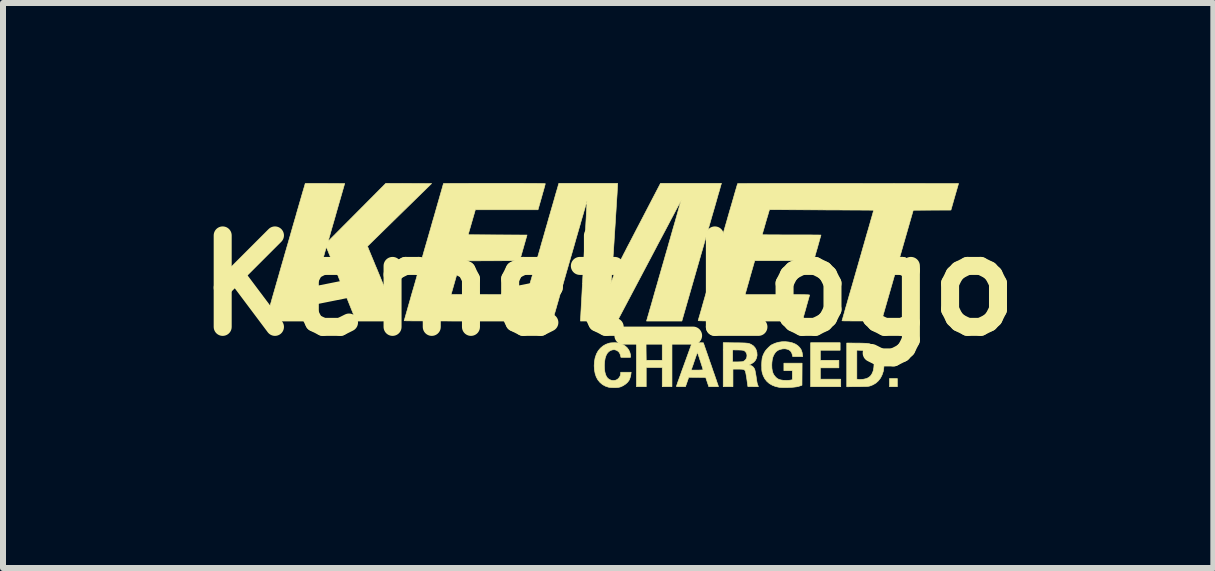
<source format=kicad_pcb>
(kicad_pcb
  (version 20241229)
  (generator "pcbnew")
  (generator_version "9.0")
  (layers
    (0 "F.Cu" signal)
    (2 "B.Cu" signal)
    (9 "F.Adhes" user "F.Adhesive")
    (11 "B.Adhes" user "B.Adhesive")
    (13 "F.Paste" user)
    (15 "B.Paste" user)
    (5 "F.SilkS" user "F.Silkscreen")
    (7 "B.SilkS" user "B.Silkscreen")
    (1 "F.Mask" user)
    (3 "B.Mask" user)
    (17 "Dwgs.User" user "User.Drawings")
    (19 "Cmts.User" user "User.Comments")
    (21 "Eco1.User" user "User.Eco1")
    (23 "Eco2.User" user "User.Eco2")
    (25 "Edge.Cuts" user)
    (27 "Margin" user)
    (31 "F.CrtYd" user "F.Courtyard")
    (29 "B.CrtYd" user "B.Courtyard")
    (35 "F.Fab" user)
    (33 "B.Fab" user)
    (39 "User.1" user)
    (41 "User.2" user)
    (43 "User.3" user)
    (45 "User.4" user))
  (footprint "Kemet_Logo"
    (layer "F.Cu")
    (at 7.083 1.707)
    (property "Reference" "Kemet_Logo" (at 0 0 0) (layer "F.SilkS") (effects (font (size 1.524 1.524) (thickness 0.3))))
    (attr through_hole)
    (fp_poly (pts (xy 4.818 1.686) (xy 4.687 1.686) (xy 4.687 1.55) (xy 4.818 1.55) (xy 4.818 1.686)) (stroke (width 0.01) (type solid)) (fill yes) (layer "F.SilkS"))
    (fp_poly (pts (xy 3.865 1.079) (xy 3.535 1.079) (xy 3.535 1.246) (xy 3.844 1.246) (xy 3.844 1.372) (xy 3.535 1.372) (xy 3.535 1.561) (xy 3.875 1.561) (xy 3.875 1.686) (xy 3.373 1.686) (xy 3.373 0.953) (xy 3.865 0.953) (xy 3.865 1.079)) (stroke (width 0.01) (type solid)) (fill yes) (layer "F.SilkS"))
    (fp_poly (pts (xy 0.631 0.956) (xy 0.632 1.101) (xy 0.634 1.246) (xy 0.901 1.246) (xy 0.901 0.953) (xy 1.063 0.953) (xy 1.063 1.686) (xy 0.901 1.686) (xy 0.901 1.367) (xy 0.634 1.367) (xy 0.634 1.686) (xy 0.471 1.686) (xy 0.471 0.953) (xy 0.631 0.956)) (stroke (width 0.01) (type solid)) (fill yes) (layer "F.SilkS"))
    (fp_poly (pts (xy 4.146 0.96) (xy 4.194 0.96) (xy 4.233 0.961) (xy 4.264 0.962) (xy 4.289 0.963) (xy 4.308 0.964) (xy 4.324 0.966) (xy 4.337 0.968) (xy 4.349 0.97) (xy 4.36 0.973) (xy 4.416 0.993) (xy 4.464 1.02) (xy 4.505 1.054) (xy 4.539 1.095) (xy 4.565 1.144) (xy 4.583 1.198) (xy 4.59 1.233) (xy 4.594 1.276) (xy 4.595 1.321) (xy 4.593 1.366) (xy 4.588 1.408) (xy 4.584 1.43) (xy 4.564 1.489) (xy 4.538 1.541) (xy 4.504 1.586) (xy 4.464 1.623) (xy 4.417 1.652) (xy 4.376 1.669) (xy 4.364 1.673) (xy 4.354 1.676) (xy 4.343 1.678) (xy 4.331 1.68) (xy 4.316 1.682) (xy 4.298 1.683) (xy 4.274 1.683) (xy 4.243 1.684) (xy 4.204 1.685) (xy 4.157 1.685) (xy 4.154 1.685) (xy 3.975 1.687) (xy 3.975 1.56) (xy 4.143 1.56) (xy 4.154 1.562) (xy 4.177 1.565) (xy 4.207 1.565) (xy 4.24 1.563) (xy 4.256 1.561) (xy 4.301 1.551) (xy 4.338 1.534) (xy 4.368 1.51) (xy 4.392 1.478) (xy 4.41 1.438) (xy 4.418 1.414) (xy 4.427 1.362) (xy 4.43 1.311) (xy 4.427 1.262) (xy 4.417 1.217) (xy 4.401 1.177) (xy 4.38 1.143) (xy 4.371 1.133) (xy 4.35 1.115) (xy 4.329 1.102) (xy 4.305 1.092) (xy 4.277 1.086) (xy 4.241 1.082) (xy 4.212 1.08) (xy 4.143 1.077) (xy 4.143 1.56) (xy 3.975 1.56) (xy 3.975 0.958) (xy 4.146 0.96)) (stroke (width 0.01) (type solid)) (fill yes) (layer "F.SilkS"))
    (fp_poly (pts (xy 3.013 0.942) (xy 3.068 0.955) (xy 3.116 0.974) (xy 3.157 1) (xy 3.19 1.032) (xy 3.215 1.069) (xy 3.231 1.113) (xy 3.238 1.156) (xy 3.241 1.184) (xy 3.075 1.184) (xy 3.069 1.157) (xy 3.058 1.122) (xy 3.04 1.094) (xy 3.015 1.074) (xy 2.983 1.061) (xy 2.947 1.054) (xy 2.91 1.055) (xy 2.872 1.063) (xy 2.837 1.076) (xy 2.807 1.095) (xy 2.785 1.117) (xy 2.762 1.153) (xy 2.745 1.191) (xy 2.734 1.235) (xy 2.728 1.285) (xy 2.726 1.325) (xy 2.728 1.378) (xy 2.735 1.424) (xy 2.747 1.462) (xy 2.765 1.495) (xy 2.789 1.524) (xy 2.792 1.528) (xy 2.817 1.549) (xy 2.844 1.564) (xy 2.876 1.573) (xy 2.914 1.579) (xy 2.937 1.58) (xy 2.973 1.581) (xy 3.007 1.58) (xy 3.033 1.577) (xy 3.069 1.57) (xy 3.069 1.419) (xy 2.928 1.419) (xy 2.928 1.294) (xy 3.231 1.294) (xy 3.23 1.478) (xy 3.229 1.662) (xy 3.208 1.669) (xy 3.175 1.68) (xy 3.139 1.688) (xy 3.099 1.693) (xy 3.054 1.697) (xy 3 1.699) (xy 2.988 1.7) (xy 2.953 1.7) (xy 2.921 1.7) (xy 2.892 1.699) (xy 2.868 1.698) (xy 2.854 1.697) (xy 2.853 1.697) (xy 2.789 1.683) (xy 2.733 1.661) (xy 2.685 1.633) (xy 2.644 1.597) (xy 2.61 1.554) (xy 2.584 1.504) (xy 2.568 1.456) (xy 2.564 1.439) (xy 2.561 1.42) (xy 2.559 1.397) (xy 2.559 1.367) (xy 2.558 1.33) (xy 2.559 1.284) (xy 2.562 1.245) (xy 2.566 1.212) (xy 2.574 1.182) (xy 2.585 1.153) (xy 2.6 1.122) (xy 2.602 1.118) (xy 2.619 1.09) (xy 2.643 1.061) (xy 2.671 1.032) (xy 2.699 1.006) (xy 2.726 0.987) (xy 2.729 0.986) (xy 2.779 0.963) (xy 2.835 0.946) (xy 2.894 0.937) (xy 2.954 0.936) (xy 3.013 0.942)) (stroke (width 0.01) (type solid)) (fill yes) (layer "F.SilkS"))
    (fp_poly (pts (xy 0.148 0.955) (xy 0.178 0.959) (xy 0.186 0.961) (xy 0.236 0.979) (xy 0.279 1.004) (xy 0.315 1.035) (xy 0.343 1.073) (xy 0.362 1.116) (xy 0.372 1.154) (xy 0.374 1.174) (xy 0.375 1.188) (xy 0.373 1.195) (xy 0.366 1.197) (xy 0.351 1.198) (xy 0.33 1.198) (xy 0.303 1.198) (xy 0.291 1.198) (xy 0.213 1.197) (xy 0.207 1.17) (xy 0.197 1.139) (xy 0.184 1.115) (xy 0.165 1.096) (xy 0.138 1.079) (xy 0.107 1.07) (xy 0.079 1.071) (xy 0.042 1.081) (xy 0.011 1.101) (xy -0.015 1.129) (xy -0.035 1.166) (xy -0.05 1.211) (xy -0.059 1.265) (xy -0.063 1.327) (xy -0.063 1.337) (xy -0.061 1.393) (xy -0.055 1.439) (xy -0.045 1.479) (xy -0.031 1.512) (xy -0.013 1.539) (xy -0.01 1.542) (xy 0.015 1.563) (xy 0.046 1.577) (xy 0.08 1.583) (xy 0.114 1.58) (xy 0.135 1.574) (xy 0.161 1.558) (xy 0.183 1.535) (xy 0.2 1.507) (xy 0.208 1.476) (xy 0.209 1.462) (xy 0.209 1.445) (xy 0.383 1.445) (xy 0.379 1.476) (xy 0.374 1.506) (xy 0.365 1.538) (xy 0.354 1.567) (xy 0.346 1.583) (xy 0.321 1.615) (xy 0.288 1.644) (xy 0.25 1.669) (xy 0.209 1.688) (xy 0.179 1.696) (xy 0.156 1.699) (xy 0.126 1.701) (xy 0.093 1.701) (xy 0.059 1.7) (xy 0.029 1.698) (xy 0.006 1.694) (xy 0.004 1.694) (xy -0.048 1.676) (xy -0.095 1.65) (xy -0.136 1.615) (xy -0.171 1.573) (xy -0.198 1.524) (xy -0.217 1.468) (xy -0.217 1.467) (xy -0.229 1.404) (xy -0.233 1.338) (xy -0.229 1.272) (xy -0.218 1.208) (xy -0.214 1.194) (xy -0.194 1.138) (xy -0.166 1.088) (xy -0.13 1.045) (xy -0.088 1.009) (xy -0.041 0.981) (xy 0.012 0.962) (xy 0.014 0.961) (xy 0.042 0.956) (xy 0.076 0.954) (xy 0.113 0.953) (xy 0.148 0.955)) (stroke (width 0.01) (type solid)) (fill yes) (layer "F.SilkS"))
    (fp_poly (pts (xy 1.569 0.954) (xy 1.582 0.955) (xy 1.587 0.955) (xy 1.589 0.96) (xy 1.593 0.975) (xy 1.601 0.997) (xy 1.611 1.027) (xy 1.624 1.064) (xy 1.639 1.107) (xy 1.656 1.156) (xy 1.674 1.208) (xy 1.693 1.264) (xy 1.713 1.32) (xy 1.733 1.379) (xy 1.752 1.435) (xy 1.771 1.487) (xy 1.787 1.535) (xy 1.802 1.577) (xy 1.814 1.614) (xy 1.825 1.644) (xy 1.832 1.666) (xy 1.837 1.68) (xy 1.838 1.684) (xy 1.833 1.685) (xy 1.82 1.686) (xy 1.799 1.686) (xy 1.773 1.686) (xy 1.757 1.686) (xy 1.677 1.686) (xy 1.651 1.609) (xy 1.625 1.532) (xy 1.483 1.53) (xy 1.342 1.529) (xy 1.33 1.565) (xy 1.322 1.587) (xy 1.313 1.614) (xy 1.304 1.64) (xy 1.303 1.643) (xy 1.287 1.686) (xy 1.212 1.686) (xy 1.181 1.686) (xy 1.159 1.685) (xy 1.145 1.684) (xy 1.138 1.682) (xy 1.137 1.68) (xy 1.139 1.674) (xy 1.144 1.659) (xy 1.152 1.636) (xy 1.162 1.605) (xy 1.176 1.568) (xy 1.191 1.525) (xy 1.209 1.476) (xy 1.227 1.424) (xy 1.233 1.409) (xy 1.383 1.409) (xy 1.482 1.409) (xy 1.513 1.409) (xy 1.54 1.408) (xy 1.562 1.407) (xy 1.576 1.406) (xy 1.582 1.405) (xy 1.582 1.405) (xy 1.58 1.398) (xy 1.576 1.384) (xy 1.569 1.362) (xy 1.561 1.336) (xy 1.551 1.306) (xy 1.541 1.274) (xy 1.53 1.241) (xy 1.52 1.209) (xy 1.51 1.179) (xy 1.501 1.154) (xy 1.494 1.134) (xy 1.489 1.12) (xy 1.487 1.116) (xy 1.484 1.12) (xy 1.479 1.133) (xy 1.473 1.151) (xy 1.468 1.164) (xy 1.461 1.185) (xy 1.451 1.213) (xy 1.44 1.246) (xy 1.428 1.28) (xy 1.418 1.311) (xy 1.383 1.409) (xy 1.233 1.409) (xy 1.248 1.367) (xy 1.267 1.315) (xy 1.397 0.956) (xy 1.492 0.954) (xy 1.522 0.954) (xy 1.548 0.954) (xy 1.569 0.954)) (stroke (width 0.01) (type solid)) (fill yes) (layer "F.SilkS"))
    (fp_poly (pts (xy 2.114 0.955) (xy 2.169 0.955) (xy 2.214 0.956) (xy 2.25 0.957) (xy 2.28 0.958) (xy 2.304 0.96) (xy 2.324 0.962) (xy 2.34 0.965) (xy 2.354 0.969) (xy 2.366 0.974) (xy 2.379 0.98) (xy 2.387 0.984) (xy 2.42 1.006) (xy 2.447 1.036) (xy 2.466 1.072) (xy 2.478 1.112) (xy 2.481 1.155) (xy 2.481 1.166) (xy 2.472 1.208) (xy 2.455 1.244) (xy 2.43 1.274) (xy 2.395 1.299) (xy 2.383 1.306) (xy 2.347 1.324) (xy 2.37 1.33) (xy 2.398 1.342) (xy 2.422 1.363) (xy 2.439 1.391) (xy 2.44 1.392) (xy 2.445 1.407) (xy 2.45 1.431) (xy 2.456 1.462) (xy 2.462 1.497) (xy 2.464 1.509) (xy 2.47 1.552) (xy 2.475 1.586) (xy 2.48 1.613) (xy 2.484 1.633) (xy 2.488 1.648) (xy 2.493 1.66) (xy 2.496 1.666) (xy 2.501 1.677) (xy 2.503 1.683) (xy 2.503 1.684) (xy 2.498 1.685) (xy 2.485 1.685) (xy 2.464 1.685) (xy 2.438 1.685) (xy 2.416 1.685) (xy 2.328 1.684) (xy 2.311 1.564) (xy 2.306 1.529) (xy 2.3 1.496) (xy 2.295 1.467) (xy 2.29 1.444) (xy 2.286 1.43) (xy 2.285 1.426) (xy 2.278 1.415) (xy 2.27 1.406) (xy 2.258 1.4) (xy 2.241 1.396) (xy 2.217 1.394) (xy 2.186 1.393) (xy 2.16 1.393) (xy 2.079 1.393) (xy 2.079 1.686) (xy 1.917 1.686) (xy 1.917 1.273) (xy 2.074 1.273) (xy 2.154 1.273) (xy 2.186 1.272) (xy 2.211 1.271) (xy 2.228 1.27) (xy 2.241 1.268) (xy 2.252 1.264) (xy 2.255 1.263) (xy 2.28 1.246) (xy 2.298 1.224) (xy 2.309 1.198) (xy 2.313 1.171) (xy 2.31 1.143) (xy 2.299 1.117) (xy 2.28 1.096) (xy 2.268 1.087) (xy 2.26 1.083) (xy 2.25 1.08) (xy 2.238 1.078) (xy 2.221 1.076) (xy 2.197 1.075) (xy 2.164 1.074) (xy 2.162 1.074) (xy 2.074 1.073) (xy 2.074 1.273) (xy 1.917 1.273) (xy 1.917 0.952) (xy 2.114 0.955)) (stroke (width 0.01) (type solid)) (fill yes) (layer "F.SilkS"))
    (fp_poly (pts (xy -3.324 -1.701) (xy -2.942 -1.699) (xy -3.476 -1.177) (xy -4.01 -0.654) (xy -3.998 -0.624) (xy -3.995 -0.615) (xy -3.988 -0.598) (xy -3.977 -0.572) (xy -3.963 -0.538) (xy -3.946 -0.497) (xy -3.926 -0.449) (xy -3.904 -0.396) (xy -3.88 -0.337) (xy -3.853 -0.274) (xy -3.825 -0.206) (xy -3.796 -0.136) (xy -3.766 -0.062) (xy -3.742 -0.006) (xy -3.711 0.069) (xy -3.682 0.141) (xy -3.653 0.21) (xy -3.626 0.274) (xy -3.601 0.335) (xy -3.579 0.39) (xy -3.558 0.44) (xy -3.54 0.484) (xy -3.525 0.52) (xy -3.513 0.55) (xy -3.505 0.571) (xy -3.5 0.584) (xy -3.498 0.587) (xy -3.503 0.588) (xy -3.518 0.589) (xy -3.542 0.589) (xy -3.574 0.59) (xy -3.613 0.591) (xy -3.659 0.591) (xy -3.71 0.591) (xy -3.767 0.592) (xy -3.827 0.592) (xy -3.849 0.592) (xy -4.199 0.592) (xy -4.447 -0.026) (xy -4.478 -0.103) (xy -4.507 -0.177) (xy -4.536 -0.247) (xy -4.562 -0.314) (xy -4.587 -0.376) (xy -4.611 -0.433) (xy -4.631 -0.484) (xy -4.65 -0.529) (xy -4.665 -0.567) (xy -4.678 -0.598) (xy -4.687 -0.621) (xy -4.694 -0.635) (xy -4.696 -0.641) (xy -4.696 -0.641) (xy -4.698 -0.632) (xy -4.704 -0.614) (xy -4.711 -0.588) (xy -4.721 -0.554) (xy -4.732 -0.513) (xy -4.746 -0.466) (xy -4.761 -0.414) (xy -4.777 -0.357) (xy -4.794 -0.296) (xy -4.813 -0.233) (xy -4.832 -0.167) (xy -4.851 -0.1) (xy -4.87 -0.032) (xy -4.89 0.036) (xy -4.909 0.103) (xy -4.927 0.168) (xy -4.945 0.231) (xy -4.962 0.291) (xy -4.978 0.346) (xy -4.993 0.397) (xy -5.006 0.442) (xy -5.017 0.481) (xy -5.026 0.513) (xy -5.033 0.536) (xy -5.037 0.551) (xy -5.039 0.556) (xy -5.049 0.592) (xy -5.376 0.592) (xy -5.444 0.592) (xy -5.503 0.592) (xy -5.552 0.591) (xy -5.593 0.591) (xy -5.626 0.591) (xy -5.652 0.59) (xy -5.672 0.589) (xy -5.687 0.589) (xy -5.696 0.588) (xy -5.701 0.586) (xy -5.703 0.585) (xy -5.703 0.585) (xy -5.702 0.579) (xy -5.698 0.564) (xy -5.691 0.54) (xy -5.682 0.508) (xy -5.67 0.467) (xy -5.657 0.42) (xy -5.641 0.365) (xy -5.624 0.305) (xy -5.605 0.238) (xy -5.585 0.167) (xy -5.563 0.091) (xy -5.54 0.011) (xy -5.516 -0.073) (xy -5.491 -0.159) (xy -5.466 -0.248) (xy -5.44 -0.339) (xy -5.413 -0.431) (xy -5.387 -0.523) (xy -5.36 -0.616) (xy -5.333 -0.709) (xy -5.307 -0.8) (xy -5.281 -0.891) (xy -5.256 -0.979) (xy -5.231 -1.065) (xy -5.207 -1.147) (xy -5.185 -1.226) (xy -5.163 -1.301) (xy -5.143 -1.371) (xy -5.124 -1.436) (xy -5.107 -1.495) (xy -5.092 -1.548) (xy -5.078 -1.594) (xy -5.067 -1.632) (xy -5.058 -1.662) (xy -5.052 -1.684) (xy -5.048 -1.697) (xy -5.047 -1.7) (xy -5.042 -1.7) (xy -5.027 -1.701) (xy -5.003 -1.701) (xy -4.971 -1.701) (xy -4.933 -1.701) (xy -4.888 -1.701) (xy -4.839 -1.701) (xy -4.785 -1.701) (xy -4.728 -1.701) (xy -4.717 -1.701) (xy -4.39 -1.699) (xy -4.518 -1.254) (xy -4.537 -1.187) (xy -4.555 -1.123) (xy -4.573 -1.061) (xy -4.59 -1.003) (xy -4.605 -0.95) (xy -4.619 -0.902) (xy -4.631 -0.86) (xy -4.64 -0.825) (xy -4.648 -0.799) (xy -4.653 -0.78) (xy -4.656 -0.772) (xy -4.666 -0.736) (xy -4.185 -1.219) (xy -3.705 -1.702) (xy -3.324 -1.701)) (stroke (width 0.01) (type solid)) (fill yes) (layer "F.SilkS"))
    (fp_poly (pts (xy 3.494 -1.701) (xy 3.624 -1.701) (xy 3.757 -1.701) (xy 3.893 -1.701) (xy 3.999 -1.701) (xy 5.838 -1.699) (xy 5.774 -1.478) (xy 5.711 -1.257) (xy 5.397 -1.256) (xy 5.083 -1.254) (xy 4.554 0.589) (xy 4.225 0.591) (xy 4.167 0.591) (xy 4.113 0.591) (xy 4.063 0.591) (xy 4.017 0.59) (xy 3.978 0.59) (xy 3.945 0.59) (xy 3.92 0.589) (xy 3.904 0.588) (xy 3.897 0.588) (xy 3.896 0.587) (xy 3.898 0.582) (xy 3.902 0.567) (xy 3.909 0.543) (xy 3.918 0.51) (xy 3.93 0.47) (xy 3.943 0.422) (xy 3.959 0.366) (xy 3.977 0.304) (xy 3.996 0.237) (xy 4.017 0.163) (xy 4.04 0.085) (xy 4.064 0.002) (xy 4.089 -0.085) (xy 4.115 -0.176) (xy 4.142 -0.27) (xy 4.161 -0.336) (xy 4.188 -0.431) (xy 4.215 -0.524) (xy 4.24 -0.613) (xy 4.265 -0.699) (xy 4.288 -0.78) (xy 4.31 -0.857) (xy 4.331 -0.928) (xy 4.35 -0.994) (xy 4.367 -1.054) (xy 4.382 -1.107) (xy 4.395 -1.152) (xy 4.406 -1.19) (xy 4.414 -1.22) (xy 4.42 -1.241) (xy 4.423 -1.253) (xy 4.424 -1.255) (xy 4.418 -1.255) (xy 4.403 -1.255) (xy 4.379 -1.255) (xy 4.345 -1.256) (xy 4.304 -1.256) (xy 4.254 -1.256) (xy 4.198 -1.257) (xy 4.134 -1.257) (xy 4.065 -1.257) (xy 3.99 -1.258) (xy 3.91 -1.258) (xy 3.825 -1.259) (xy 3.737 -1.259) (xy 3.645 -1.259) (xy 3.555 -1.26) (xy 2.688 -1.264) (xy 2.674 -1.22) (xy 2.668 -1.198) (xy 2.66 -1.17) (xy 2.65 -1.137) (xy 2.639 -1.101) (xy 2.628 -1.063) (xy 2.617 -1.024) (xy 2.606 -0.986) (xy 2.596 -0.95) (xy 2.586 -0.918) (xy 2.578 -0.889) (xy 2.572 -0.867) (xy 2.568 -0.853) (xy 2.566 -0.846) (xy 2.566 -0.846) (xy 2.571 -0.846) (xy 2.586 -0.845) (xy 2.61 -0.845) (xy 2.642 -0.845) (xy 2.682 -0.844) (xy 2.729 -0.844) (xy 2.781 -0.844) (xy 2.839 -0.844) (xy 2.902 -0.843) (xy 2.969 -0.843) (xy 3.039 -0.843) (xy 3.056 -0.843) (xy 3.126 -0.843) (xy 3.194 -0.843) (xy 3.258 -0.843) (xy 3.317 -0.843) (xy 3.371 -0.843) (xy 3.419 -0.842) (xy 3.461 -0.842) (xy 3.495 -0.842) (xy 3.521 -0.841) (xy 3.538 -0.841) (xy 3.545 -0.84) (xy 3.546 -0.84) (xy 3.544 -0.835) (xy 3.54 -0.821) (xy 3.534 -0.8) (xy 3.526 -0.772) (xy 3.517 -0.739) (xy 3.507 -0.703) (xy 3.496 -0.664) (xy 3.485 -0.624) (xy 3.473 -0.584) (xy 3.462 -0.546) (xy 3.452 -0.511) (xy 3.443 -0.479) (xy 3.436 -0.453) (xy 3.43 -0.433) (xy 3.427 -0.423) (xy 3.426 -0.421) (xy 3.424 -0.42) (xy 3.42 -0.419) (xy 3.414 -0.418) (xy 3.404 -0.417) (xy 3.391 -0.416) (xy 3.373 -0.416) (xy 3.35 -0.415) (xy 3.322 -0.415) (xy 3.287 -0.414) (xy 3.246 -0.414) (xy 3.197 -0.414) (xy 3.14 -0.414) (xy 3.074 -0.414) (xy 2.999 -0.414) (xy 2.933 -0.414) (xy 2.442 -0.414) (xy 2.364 -0.143) (xy 2.35 -0.091) (xy 2.336 -0.042) (xy 2.323 0.003) (xy 2.312 0.043) (xy 2.302 0.078) (xy 2.294 0.106) (xy 2.288 0.126) (xy 2.285 0.138) (xy 2.285 0.14) (xy 2.282 0.152) (xy 2.82 0.152) (xy 2.907 0.152) (xy 2.984 0.152) (xy 3.052 0.152) (xy 3.111 0.152) (xy 3.162 0.152) (xy 3.205 0.152) (xy 3.242 0.153) (xy 3.272 0.153) (xy 3.296 0.154) (xy 3.316 0.154) (xy 3.33 0.155) (xy 3.341 0.156) (xy 3.348 0.156) (xy 3.353 0.158) (xy 3.355 0.159) (xy 3.356 0.16) (xy 3.356 0.161) (xy 3.354 0.168) (xy 3.349 0.184) (xy 3.343 0.207) (xy 3.334 0.238) (xy 3.324 0.274) (xy 3.312 0.315) (xy 3.3 0.359) (xy 3.294 0.381) (xy 3.234 0.592) (xy 2.366 0.592) (xy 2.254 0.592) (xy 2.152 0.592) (xy 2.06 0.592) (xy 1.976 0.592) (xy 1.902 0.592) (xy 1.836 0.592) (xy 1.777 0.591) (xy 1.725 0.591) (xy 1.68 0.591) (xy 1.642 0.591) (xy 1.609 0.59) (xy 1.582 0.59) (xy 1.559 0.589) (xy 1.541 0.589) (xy 1.527 0.588) (xy 1.517 0.588) (xy 1.509 0.587) (xy 1.504 0.586) (xy 1.501 0.585) (xy 1.5 0.584) (xy 1.5 0.583) (xy 1.5 0.583) (xy 1.502 0.577) (xy 1.506 0.561) (xy 1.513 0.537) (xy 1.523 0.503) (xy 1.535 0.462) (xy 1.549 0.413) (xy 1.565 0.356) (xy 1.583 0.292) (xy 1.603 0.222) (xy 1.625 0.146) (xy 1.649 0.065) (xy 1.673 -0.022) (xy 1.7 -0.113) (xy 1.727 -0.209) (xy 1.755 -0.308) (xy 1.785 -0.41) (xy 1.815 -0.515) (xy 1.828 -0.56) (xy 1.858 -0.667) (xy 1.888 -0.77) (xy 1.917 -0.87) (xy 1.945 -0.967) (xy 1.972 -1.06) (xy 1.997 -1.148) (xy 2.021 -1.232) (xy 2.044 -1.31) (xy 2.065 -1.382) (xy 2.084 -1.448) (xy 2.101 -1.508) (xy 2.116 -1.56) (xy 2.129 -1.604) (xy 2.14 -1.641) (xy 2.148 -1.669) (xy 2.154 -1.688) (xy 2.157 -1.697) (xy 2.157 -1.698) (xy 2.163 -1.698) (xy 2.178 -1.699) (xy 2.203 -1.699) (xy 2.238 -1.699) (xy 2.282 -1.699) (xy 2.334 -1.7) (xy 2.394 -1.7) (xy 2.463 -1.7) (xy 2.538 -1.7) (xy 2.621 -1.7) (xy 2.711 -1.701) (xy 2.807 -1.701) (xy 2.908 -1.701) (xy 3.016 -1.701) (xy 3.129 -1.701) (xy 3.246 -1.701) (xy 3.368 -1.701) (xy 3.494 -1.701)) (stroke (width 0.01) (type solid)) (fill yes) (layer "F.SilkS"))
    (fp_poly (pts (xy 0.157 -1.68) (xy 0.157 -1.671) (xy 0.156 -1.652) (xy 0.154 -1.624) (xy 0.152 -1.588) (xy 0.15 -1.545) (xy 0.147 -1.495) (xy 0.143 -1.439) (xy 0.139 -1.378) (xy 0.135 -1.312) (xy 0.131 -1.243) (xy 0.126 -1.17) (xy 0.122 -1.096) (xy 0.117 -1.02) (xy 0.112 -0.944) (xy 0.107 -0.867) (xy 0.102 -0.792) (xy 0.098 -0.718) (xy 0.093 -0.646) (xy 0.089 -0.577) (xy 0.084 -0.513) (xy 0.08 -0.453) (xy 0.077 -0.398) (xy 0.074 -0.349) (xy 0.071 -0.307) (xy 0.068 -0.273) (xy 0.067 -0.247) (xy 0.065 -0.231) (xy 0.065 -0.23) (xy 0.062 -0.197) (xy 0.059 -0.164) (xy 0.056 -0.135) (xy 0.054 -0.112) (xy 0.052 -0.1) (xy 0.049 -0.075) (xy 0.048 -0.061) (xy 0.049 -0.055) (xy 0.053 -0.059) (xy 0.059 -0.072) (xy 0.067 -0.096) (xy 0.075 -0.118) (xy 0.083 -0.14) (xy 0.091 -0.16) (xy 0.098 -0.18) (xy 0.105 -0.199) (xy 0.112 -0.218) (xy 0.12 -0.238) (xy 0.129 -0.259) (xy 0.139 -0.281) (xy 0.15 -0.305) (xy 0.163 -0.332) (xy 0.178 -0.362) (xy 0.194 -0.396) (xy 0.213 -0.434) (xy 0.235 -0.476) (xy 0.259 -0.524) (xy 0.287 -0.577) (xy 0.317 -0.637) (xy 0.352 -0.703) (xy 0.39 -0.776) (xy 0.432 -0.857) (xy 0.478 -0.946) (xy 0.53 -1.045) (xy 0.533 -1.051) (xy 0.726 -1.422) (xy 1.215 -1.422) (xy 1.218 -1.419) (xy 1.22 -1.422) (xy 1.218 -1.424) (xy 1.215 -1.422) (xy 0.726 -1.422) (xy 0.872 -1.702) (xy 1.379 -1.702) (xy 1.887 -1.702) (xy 1.884 -1.69) (xy 1.882 -1.684) (xy 1.877 -1.669) (xy 1.87 -1.644) (xy 1.861 -1.61) (xy 1.849 -1.568) (xy 1.834 -1.519) (xy 1.818 -1.462) (xy 1.8 -1.398) (xy 1.78 -1.328) (xy 1.758 -1.252) (xy 1.734 -1.17) (xy 1.709 -1.083) (xy 1.683 -0.992) (xy 1.656 -0.896) (xy 1.627 -0.797) (xy 1.598 -0.694) (xy 1.568 -0.589) (xy 1.554 -0.543) (xy 1.228 0.592) (xy 0.934 0.592) (xy 0.64 0.592) (xy 0.644 0.575) (xy 0.646 0.568) (xy 0.651 0.552) (xy 0.658 0.526) (xy 0.668 0.493) (xy 0.68 0.451) (xy 0.694 0.401) (xy 0.711 0.344) (xy 0.729 0.281) (xy 0.749 0.211) (xy 0.77 0.136) (xy 0.793 0.056) (xy 0.818 -0.029) (xy 0.843 -0.118) (xy 0.87 -0.211) (xy 0.897 -0.306) (xy 0.926 -0.405) (xy 0.932 -0.427) (xy 0.96 -0.525) (xy 0.988 -0.621) (xy 1.014 -0.714) (xy 1.04 -0.804) (xy 1.064 -0.889) (xy 1.087 -0.969) (xy 1.109 -1.044) (xy 1.129 -1.114) (xy 1.147 -1.178) (xy 1.163 -1.235) (xy 1.177 -1.285) (xy 1.189 -1.327) (xy 1.199 -1.362) (xy 1.206 -1.388) (xy 1.211 -1.405) (xy 1.213 -1.412) (xy 1.213 -1.412) (xy 1.211 -1.408) (xy 1.203 -1.395) (xy 1.192 -1.373) (xy 1.176 -1.343) (xy 1.156 -1.306) (xy 1.132 -1.262) (xy 1.105 -1.21) (xy 1.075 -1.153) (xy 1.041 -1.09) (xy 1.005 -1.021) (xy 0.966 -0.947) (xy 0.924 -0.868) (xy 0.88 -0.785) (xy 0.834 -0.699) (xy 0.787 -0.609) (xy 0.738 -0.516) (xy 0.688 -0.421) (xy 0.683 -0.412) (xy 0.154 0.589) (xy -0.461 0.592) (xy -0.461 0.573) (xy -0.461 0.566) (xy -0.46 0.549) (xy -0.458 0.522) (xy -0.456 0.487) (xy -0.454 0.443) (xy -0.451 0.392) (xy -0.448 0.333) (xy -0.444 0.267) (xy -0.44 0.195) (xy -0.436 0.118) (xy -0.432 0.035) (xy -0.428 -0.031) (xy 0.042 -0.031) (xy 0.044 -0.027) (xy 0.045 -0.028) (xy 0.046 -0.034) (xy 0.045 -0.035) (xy 0.042 -0.034) (xy 0.042 -0.031) (xy -0.428 -0.031) (xy -0.427 -0.053) (xy -0.422 -0.144) (xy -0.416 -0.24) (xy -0.411 -0.338) (xy -0.406 -0.426) (xy -0.4 -0.526) (xy -0.395 -0.624) (xy -0.389 -0.718) (xy -0.384 -0.808) (xy -0.38 -0.894) (xy -0.375 -0.976) (xy -0.371 -1.051) (xy -0.367 -1.121) (xy -0.364 -1.185) (xy -0.361 -1.241) (xy -0.358 -1.29) (xy -0.356 -1.332) (xy -0.354 -1.364) (xy -0.353 -1.388) (xy -0.352 -1.402) (xy -0.352 -1.407) (xy -0.354 -1.402) (xy -0.358 -1.388) (xy -0.365 -1.365) (xy -0.375 -1.333) (xy -0.386 -1.293) (xy -0.4 -1.246) (xy -0.415 -1.193) (xy -0.433 -1.133) (xy -0.452 -1.067) (xy -0.472 -0.996) (xy -0.494 -0.921) (xy -0.517 -0.841) (xy -0.541 -0.758) (xy -0.565 -0.672) (xy -0.573 -0.645) (xy -0.599 -0.554) (xy -0.626 -0.462) (xy -0.652 -0.371) (xy -0.678 -0.281) (xy -0.703 -0.194) (xy -0.727 -0.11) (xy -0.75 -0.029) (xy -0.772 0.047) (xy -0.792 0.117) (xy -0.811 0.182) (xy -0.827 0.239) (xy -0.841 0.288) (xy -0.853 0.329) (xy -0.86 0.355) (xy -0.929 0.592) (xy -2.164 0.592) (xy -2.319 0.592) (xy -2.464 0.592) (xy -2.599 0.592) (xy -2.723 0.591) (xy -2.837 0.591) (xy -2.94 0.591) (xy -3.033 0.591) (xy -3.115 0.59) (xy -3.187 0.59) (xy -3.248 0.59) (xy -3.299 0.589) (xy -3.34 0.589) (xy -3.37 0.588) (xy -3.389 0.587) (xy -3.398 0.587) (xy -3.399 0.587) (xy -3.397 0.581) (xy -3.393 0.566) (xy -3.386 0.542) (xy -3.377 0.509) (xy -3.365 0.468) (xy -3.351 0.419) (xy -3.335 0.362) (xy -3.317 0.299) (xy -3.297 0.229) (xy -3.276 0.153) (xy -3.252 0.072) (xy -3.227 -0.014) (xy -3.201 -0.105) (xy -3.174 -0.201) (xy -3.146 -0.3) (xy -3.116 -0.402) (xy -3.086 -0.507) (xy -3.072 -0.557) (xy -3.041 -0.664) (xy -3.011 -0.767) (xy -2.982 -0.868) (xy -2.954 -0.965) (xy -2.928 -1.058) (xy -2.902 -1.146) (xy -2.878 -1.23) (xy -2.856 -1.308) (xy -2.835 -1.381) (xy -2.816 -1.447) (xy -2.799 -1.507) (xy -2.784 -1.559) (xy -2.771 -1.604) (xy -2.761 -1.64) (xy -2.753 -1.669) (xy -2.747 -1.688) (xy -2.745 -1.698) (xy -2.744 -1.699) (xy -2.739 -1.699) (xy -2.724 -1.7) (xy -2.7 -1.7) (xy -2.666 -1.7) (xy -2.625 -1.701) (xy -2.576 -1.701) (xy -2.519 -1.701) (xy -2.456 -1.701) (xy -2.387 -1.701) (xy -2.312 -1.702) (xy -2.233 -1.702) (xy -2.149 -1.702) (xy -2.061 -1.702) (xy -1.97 -1.702) (xy -1.896 -1.702) (xy -1.781 -1.702) (xy -1.677 -1.702) (xy -1.582 -1.702) (xy -1.497 -1.702) (xy -1.42 -1.702) (xy -1.352 -1.701) (xy -1.292 -1.701) (xy -1.24 -1.701) (xy -1.195 -1.701) (xy -1.156 -1.7) (xy -1.125 -1.7) (xy -1.099 -1.699) (xy -1.079 -1.699) (xy -1.064 -1.698) (xy -1.054 -1.697) (xy -1.049 -1.696) (xy -1.047 -1.696) (xy -1.049 -1.689) (xy -1.053 -1.674) (xy -1.059 -1.651) (xy -1.067 -1.621) (xy -1.077 -1.585) (xy -1.089 -1.545) (xy -1.101 -1.501) (xy -1.108 -1.476) (xy -1.169 -1.262) (xy -1.691 -1.262) (xy -2.213 -1.262) (xy -2.333 -0.846) (xy -1.843 -0.843) (xy -1.352 -0.841) (xy -1.413 -0.627) (xy -1.474 -0.414) (xy -1.966 -0.412) (xy -2.458 -0.411) (xy -2.537 -0.131) (xy -2.617 0.149) (xy -1.988 0.151) (xy -1.908 0.151) (xy -1.831 0.151) (xy -1.757 0.151) (xy -1.687 0.151) (xy -1.622 0.151) (xy -1.563 0.15) (xy -1.51 0.15) (xy -1.464 0.15) (xy -1.425 0.15) (xy -1.394 0.149) (xy -1.372 0.149) (xy -1.359 0.148) (xy -1.356 0.148) (xy -1.354 0.143) (xy -1.35 0.128) (xy -1.343 0.104) (xy -1.333 0.071) (xy -1.321 0.031) (xy -1.307 -0.017) (xy -1.291 -0.073) (xy -1.273 -0.134) (xy -1.254 -0.202) (xy -1.233 -0.275) (xy -1.21 -0.353) (xy -1.186 -0.436) (xy -1.161 -0.522) (xy -1.135 -0.612) (xy -1.109 -0.705) (xy -1.095 -0.752) (xy -1.068 -0.846) (xy -1.042 -0.938) (xy -1.016 -1.027) (xy -0.992 -1.113) (xy -0.968 -1.195) (xy -0.946 -1.272) (xy -0.925 -1.344) (xy -0.906 -1.41) (xy -0.889 -1.47) (xy -0.874 -1.524) (xy -0.86 -1.57) (xy -0.849 -1.608) (xy -0.84 -1.639) (xy -0.834 -1.66) (xy -0.831 -1.672) (xy -0.83 -1.675) (xy -0.822 -1.702) (xy 0.157 -1.702) (xy 0.157 -1.68)) (stroke (width 0.01) (type solid)) (fill yes) (layer "F.SilkS")))
  (gr_rect
    (start -3 -3)
    (end 17.166 6.414)
    (stroke (width 0.1) (type default))
    (fill no)
    (layer "Edge.Cuts")))
</source>
